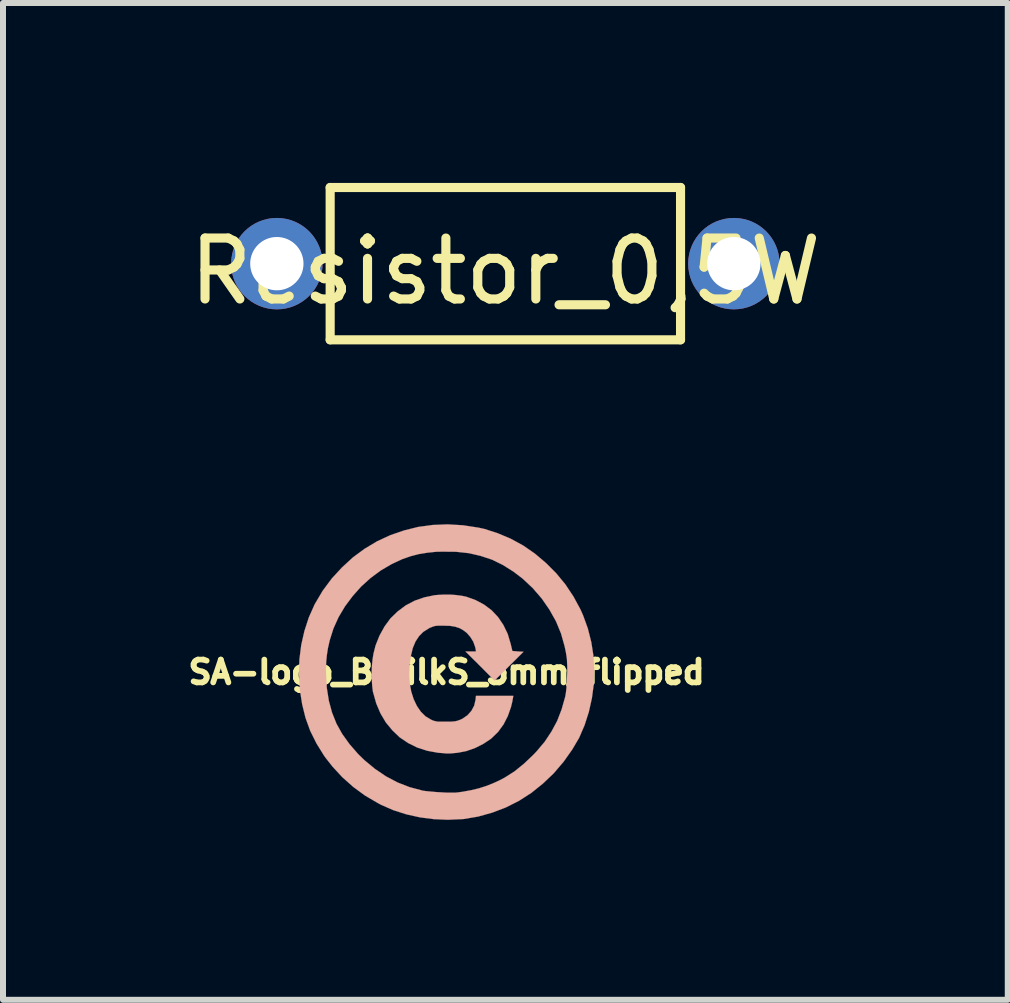
<source format=kicad_pcb>
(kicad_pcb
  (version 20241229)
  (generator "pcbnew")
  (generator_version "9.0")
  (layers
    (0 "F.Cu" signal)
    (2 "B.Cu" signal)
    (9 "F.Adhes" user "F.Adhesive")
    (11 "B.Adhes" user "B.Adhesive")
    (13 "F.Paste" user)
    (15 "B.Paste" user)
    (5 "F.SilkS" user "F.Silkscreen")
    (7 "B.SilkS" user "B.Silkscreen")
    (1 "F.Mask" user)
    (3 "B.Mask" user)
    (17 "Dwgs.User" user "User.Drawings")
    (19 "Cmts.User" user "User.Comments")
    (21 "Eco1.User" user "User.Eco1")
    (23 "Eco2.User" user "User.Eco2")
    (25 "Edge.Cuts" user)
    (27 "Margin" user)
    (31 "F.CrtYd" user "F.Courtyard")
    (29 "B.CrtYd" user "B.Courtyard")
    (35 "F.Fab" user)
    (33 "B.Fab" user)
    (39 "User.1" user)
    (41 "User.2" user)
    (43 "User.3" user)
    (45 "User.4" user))
  (footprint "SA-logo_B.SilkS_5mm_flipped"
    (layer "F.Cu")
    (at 4.396 8.157)
    (property "Reference" "SA-logo_B.SilkS_5mm_flipped" (at 0 0 0) (layer "F.SilkS") (effects (font (size 0.381 0.381) (thickness 0.127))))
    (attr through_hole)
    (fp_poly (pts (xy -1.25 0.01) (xy -1.247 0.124) (xy -1.24 0.231) (xy -1.229 0.323) (xy -1.224 0.34) (xy -1.173 0.521) (xy -1.102 0.688) (xy -1.013 0.838) (xy -0.904 0.97) (xy -0.782 1.087) (xy -0.643 1.181) (xy -0.49 1.257) (xy -0.323 1.311) (xy -0.142 1.344) (xy -0.117 1.346) (xy -0.051 1.351) (xy 0 1.356) (xy 0.041 1.356) (xy 0.081 1.354) (xy 0.13 1.349) (xy 0.185 1.344) (xy 0.33 1.316) (xy 0.475 1.265) (xy 0.612 1.196) (xy 0.737 1.113) (xy 0.752 1.1) (xy 0.859 0.996) (xy 0.95 0.871) (xy 1.021 0.732) (xy 1.074 0.582) (xy 1.095 0.495) (xy 1.113 0.396) (xy 0.803 0.396) (xy 0.49 0.396) (xy 0.483 0.46) (xy 0.46 0.559) (xy 0.414 0.645) (xy 0.348 0.719) (xy 0.264 0.777) (xy 0.224 0.795) (xy 0.188 0.808) (xy 0.152 0.818) (xy 0.112 0.823) (xy 0.058 0.826) (xy -0.013 0.826) (xy -0.02 0.826) (xy -0.089 0.826) (xy -0.14 0.826) (xy -0.178 0.82) (xy -0.206 0.813) (xy -0.236 0.803) (xy -0.259 0.792) (xy -0.351 0.737) (xy -0.429 0.66) (xy -0.495 0.564) (xy -0.549 0.45) (xy -0.589 0.325) (xy -0.615 0.185) (xy -0.625 0.038) (xy -0.617 -0.117) (xy -0.617 -0.124) (xy -0.594 -0.274) (xy -0.564 -0.401) (xy -0.518 -0.511) (xy -0.46 -0.599) (xy -0.389 -0.671) (xy -0.302 -0.726) (xy -0.284 -0.737) (xy -0.246 -0.752) (xy -0.213 -0.765) (xy -0.18 -0.772) (xy -0.137 -0.775) (xy -0.081 -0.775) (xy -0.051 -0.775) (xy 0.058 -0.772) (xy 0.147 -0.757) (xy 0.221 -0.732) (xy 0.287 -0.693) (xy 0.338 -0.653) (xy 0.396 -0.587) (xy 0.445 -0.508) (xy 0.475 -0.424) (xy 0.483 -0.391) (xy 0.49 -0.345) (xy 0.404 -0.345) (xy 0.315 -0.345) (xy 0.559 -0.102) (xy 0.8 0.14) (xy 1.041 -0.099) (xy 1.283 -0.34) (xy 1.191 -0.345) (xy 1.097 -0.353) (xy 1.069 -0.47) (xy 1.019 -0.638) (xy 0.947 -0.787) (xy 0.859 -0.917) (xy 0.752 -1.031) (xy 0.627 -1.125) (xy 0.485 -1.201) (xy 0.33 -1.257) (xy 0.254 -1.273) (xy 0.163 -1.285) (xy 0.061 -1.293) (xy -0.043 -1.293) (xy -0.14 -1.288) (xy -0.198 -1.283) (xy -0.371 -1.247) (xy -0.533 -1.191) (xy -0.681 -1.113) (xy -0.815 -1.013) (xy -0.935 -0.897) (xy -1.034 -0.762) (xy -1.118 -0.61) (xy -1.184 -0.445) (xy -1.219 -0.307) (xy -1.234 -0.213) (xy -1.245 -0.104) (xy -1.25 0.01)) (stroke (width 0.003) (type solid)) (fill yes) (layer "B.SilkS"))
    (fp_poly (pts (xy -2.461 0.038) (xy -2.446 0.292) (xy -2.408 0.536) (xy -2.352 0.762) (xy -2.273 0.98) (xy -2.169 1.189) (xy -2.045 1.389) (xy -2.012 1.435) (xy -2.012 -0.051) (xy -2.007 -0.173) (xy -1.996 -0.284) (xy -1.979 -0.396) (xy -1.953 -0.511) (xy -1.948 -0.533) (xy -1.887 -0.726) (xy -1.801 -0.917) (xy -1.694 -1.097) (xy -1.567 -1.267) (xy -1.425 -1.427) (xy -1.267 -1.57) (xy -1.095 -1.697) (xy -0.914 -1.803) (xy -0.737 -1.885) (xy -0.599 -1.933) (xy -0.465 -1.968) (xy -0.325 -1.991) (xy -0.173 -2.007) (xy -0.071 -2.009) (xy 0.157 -2.007) (xy 0.371 -1.984) (xy 0.569 -1.938) (xy 0.759 -1.875) (xy 0.94 -1.786) (xy 1.115 -1.676) (xy 1.267 -1.56) (xy 1.438 -1.4) (xy 1.587 -1.227) (xy 1.714 -1.044) (xy 1.824 -0.848) (xy 1.908 -0.645) (xy 1.968 -0.432) (xy 1.989 -0.333) (xy 1.999 -0.269) (xy 2.007 -0.213) (xy 2.009 -0.157) (xy 2.012 -0.097) (xy 2.012 -0.02) (xy 2.009 0.064) (xy 2.004 0.173) (xy 1.999 0.259) (xy 1.991 0.333) (xy 1.981 0.396) (xy 1.976 0.417) (xy 1.918 0.622) (xy 1.844 0.813) (xy 1.75 0.988) (xy 1.638 1.158) (xy 1.501 1.321) (xy 1.448 1.377) (xy 1.29 1.527) (xy 1.133 1.654) (xy 0.97 1.758) (xy 0.879 1.806) (xy 0.762 1.859) (xy 0.65 1.902) (xy 0.536 1.938) (xy 0.411 1.968) (xy 0.269 1.994) (xy 0.198 2.004) (xy 0.15 2.009) (xy 0.081 2.009) (xy 0 2.009) (xy -0.089 2.004) (xy -0.178 1.999) (xy -0.264 1.991) (xy -0.34 1.984) (xy -0.399 1.976) (xy -0.404 1.974) (xy -0.615 1.918) (xy -0.818 1.839) (xy -1.011 1.737) (xy -1.194 1.613) (xy -1.372 1.466) (xy -1.476 1.364) (xy -1.618 1.201) (xy -1.74 1.031) (xy -1.836 0.859) (xy -1.91 0.673) (xy -1.963 0.478) (xy -1.996 0.269) (xy -2.009 0.086) (xy -2.012 -0.051) (xy -2.012 1.435) (xy -1.9 1.577) (xy -1.737 1.753) (xy -1.557 1.913) (xy -1.361 2.057) (xy -1.148 2.182) (xy -1.092 2.212) (xy -0.889 2.301) (xy -0.673 2.37) (xy -0.445 2.421) (xy -0.213 2.451) (xy 0.02 2.461) (xy 0.249 2.451) (xy 0.282 2.449) (xy 0.526 2.408) (xy 0.762 2.342) (xy 0.988 2.256) (xy 1.206 2.146) (xy 1.412 2.014) (xy 1.605 1.859) (xy 1.786 1.687) (xy 1.953 1.491) (xy 2.095 1.29) (xy 2.21 1.095) (xy 2.301 0.884) (xy 2.372 0.663) (xy 2.423 0.434) (xy 2.454 0.203) (xy 2.461 -0.033) (xy 2.449 -0.269) (xy 2.413 -0.5) (xy 2.355 -0.729) (xy 2.276 -0.947) (xy 2.233 -1.044) (xy 2.116 -1.26) (xy 1.981 -1.463) (xy 1.826 -1.651) (xy 1.656 -1.821) (xy 1.473 -1.976) (xy 1.278 -2.111) (xy 1.069 -2.225) (xy 0.853 -2.316) (xy 0.63 -2.388) (xy 0.528 -2.41) (xy 0.272 -2.449) (xy 0.018 -2.464) (xy -0.231 -2.454) (xy -0.475 -2.421) (xy -0.711 -2.362) (xy -0.94 -2.283) (xy -1.158 -2.182) (xy -1.367 -2.057) (xy -1.562 -1.913) (xy -1.745 -1.745) (xy -1.915 -1.56) (xy -2.068 -1.354) (xy -2.08 -1.333) (xy -2.2 -1.13) (xy -2.296 -0.914) (xy -2.37 -0.688) (xy -2.423 -0.455) (xy -2.454 -0.211) (xy -2.461 0.038)) (stroke (width 0.003) (type solid)) (fill yes) (layer "B.SilkS")))
  (footprint "Resistor_0,5W"
    (layer "F.Cu")
    (at 1.566 1.346)
    (property "Reference" "Resistor_0,5W" (at 3.81 0.127 0) (layer "F.SilkS") (effects (font (size 1.016 1.016) (thickness 0.152))))
    (attr through_hole)
    (fp_line (start 0.889 -1.27) (end 0.889 1.27) (stroke (width 0.152) (type solid)) (layer "F.SilkS"))
    (fp_line (start 0.889 -1.27) (end 6.731 -1.27) (stroke (width 0.152) (type solid)) (layer "F.SilkS"))
    (fp_line (start 0.889 1.27) (end 6.731 1.27) (stroke (width 0.152) (type solid)) (layer "F.SilkS"))
    (fp_line (start 6.731 -1.27) (end 6.731 1.27) (stroke (width 0.152) (type solid)) (layer "F.SilkS"))
    (pad "1" thru_hole circle (at 0 0) (size 1.524 1.524) (drill 0.889) (layers "*.Cu" "*.Mask"))
    (pad "2" thru_hole circle (at 7.62 0) (size 1.524 1.524) (drill 0.889) (layers "*.Cu" "*.Mask")))
  (gr_rect
    (start -3 -3)
    (end 13.753 13.62)
    (stroke (width 0.1) (type default))
    (fill no)
    (layer "Edge.Cuts")))
</source>
